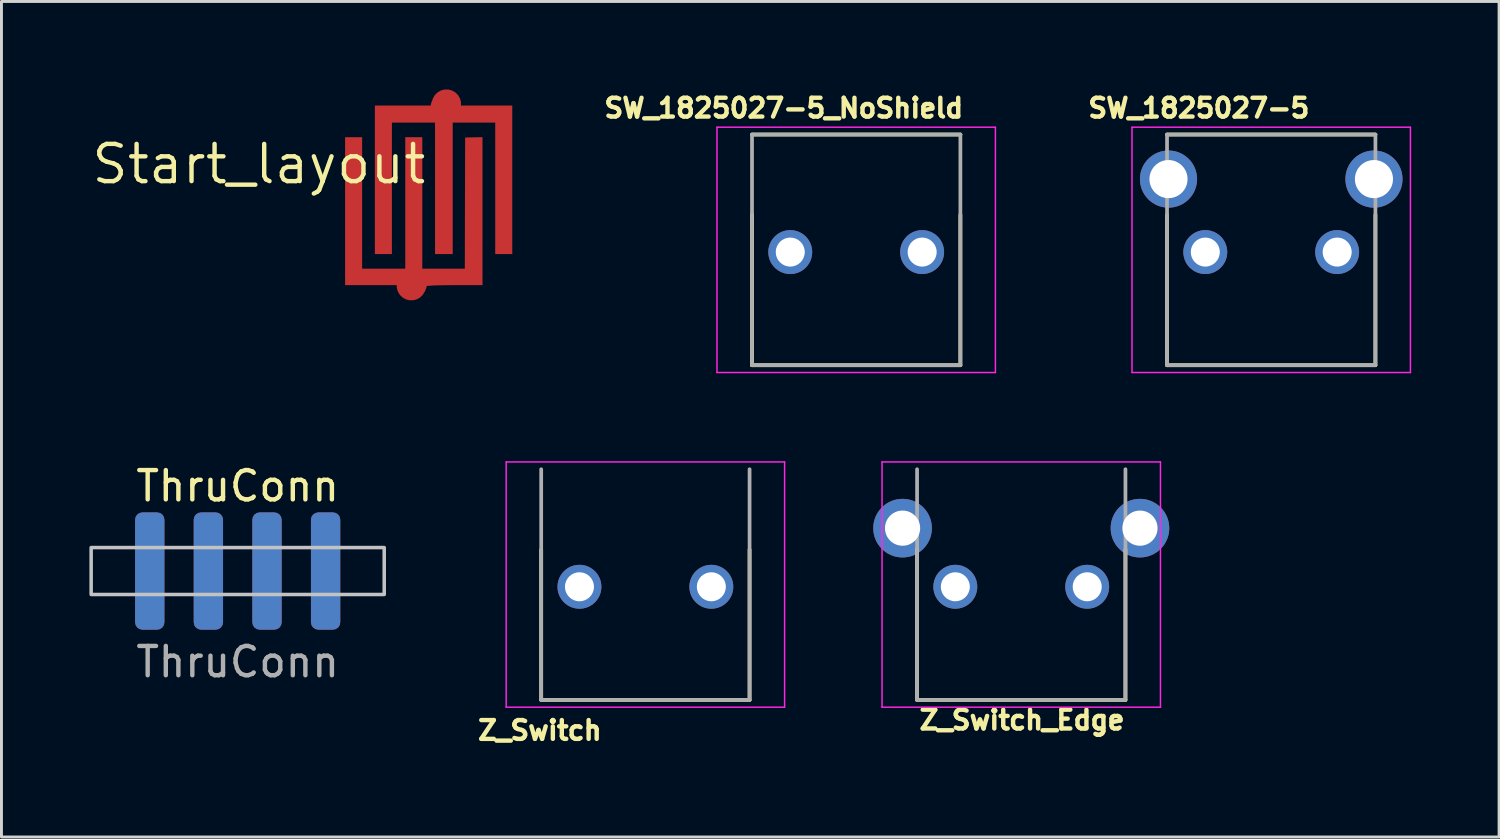
<source format=kicad_pcb>
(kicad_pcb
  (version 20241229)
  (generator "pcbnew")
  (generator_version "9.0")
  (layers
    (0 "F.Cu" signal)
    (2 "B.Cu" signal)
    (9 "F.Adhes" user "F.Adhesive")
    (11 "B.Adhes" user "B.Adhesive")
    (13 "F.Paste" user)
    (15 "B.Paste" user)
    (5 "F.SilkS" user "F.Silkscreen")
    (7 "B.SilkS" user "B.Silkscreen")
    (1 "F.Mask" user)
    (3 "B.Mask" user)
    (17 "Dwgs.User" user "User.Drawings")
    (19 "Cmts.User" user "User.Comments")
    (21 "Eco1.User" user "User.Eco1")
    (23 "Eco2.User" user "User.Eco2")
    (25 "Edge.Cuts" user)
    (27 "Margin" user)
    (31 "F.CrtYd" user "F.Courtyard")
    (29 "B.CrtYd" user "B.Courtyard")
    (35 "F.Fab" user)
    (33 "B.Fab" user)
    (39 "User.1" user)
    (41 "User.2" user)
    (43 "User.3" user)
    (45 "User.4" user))
  (footprint "Z_Switch_Edge"
    (layer "F.Cu")
    (at 31.796 16.971)
    (property "Reference" "Z_Switch_Edge" (at 0.026 4.546 0) (layer "F.SilkS") (effects (font (size 0.641 0.641) (thickness 0.15))))
    (attr through_hole)
    (fp_line (start -3.555 -1.27) (end -3.555 3.86) (stroke (width 0.127) (type solid)) (layer "F.SilkS"))
    (fp_line (start -3.555 3.86) (end 3.555 3.86) (stroke (width 0.127) (type solid)) (layer "F.SilkS"))
    (fp_line (start 3.555 3.86) (end 3.555 -1.27) (stroke (width 0.127) (type solid)) (layer "F.SilkS"))
    (fp_line (start -4.75 -4.26) (end -4.75 4.11) (stroke (width 0.05) (type solid)) (layer "F.CrtYd"))
    (fp_line (start -4.75 4.11) (end 4.75 4.11) (stroke (width 0.05) (type solid)) (layer "F.CrtYd"))
    (fp_line (start 4.75 -4.26) (end -4.75 -4.26) (stroke (width 0.05) (type solid)) (layer "F.CrtYd"))
    (fp_line (start 4.75 4.11) (end 4.75 -4.26) (stroke (width 0.05) (type solid)) (layer "F.CrtYd"))
    (fp_line (start -3.555 -4.01) (end -3.555 3.86) (stroke (width 0.127) (type solid)) (layer "F.Fab"))
    (fp_line (start -3.555 3.86) (end 3.555 3.86) (stroke (width 0.127) (type solid)) (layer "F.Fab"))
    (fp_line (start 3.555 3.86) (end 3.555 -4.01) (stroke (width 0.127) (type solid)) (layer "F.Fab"))
    (pad "1" thru_hole circle (at -2.25 0) (size 1.498 1.498) (drill 0.99) (layers "*.Cu" "*.Mask"))
    (pad "2" thru_hole circle (at 2.25 0) (size 1.498 1.498) (drill 0.99) (layers "*.Cu" "*.Mask"))
    (pad "3" thru_hole circle (at -4.05 -2) (size 2 2) (drill 1.2) (layers "*.Cu" "*.Mask"))
    (pad "4" thru_hole circle (at 4.05 -2) (size 2 2) (drill 1.2) (layers "*.Cu" "*.Mask")))
  (footprint "Start_layout"
    (layer "F.Cu")
    (at 11.583 3.6)
    (property "Reference" "Start_layout" (at -5.8 -1.05 0) (layer "F.SilkS") (effects (font (size 1.27 1.27) (thickness 0.15))))
    (attr through_hole)
    (fp_poly (pts (xy 2.756 3.031) (xy 0.008 3.031) (xy -0.33 3.031) (xy -0.656 3.031) (xy -0.968 3.03) (xy -1.263 3.03) (xy -1.538 3.029) (xy -1.793 3.028) (xy -2.022 3.027) (xy -2.226 3.025) (xy -2.4 3.024) (xy -2.542 3.022) (xy -2.65 3.021) (xy -2.721 3.019) (xy -2.753 3.017) (xy -2.754 3.017) (xy -2.756 2.995) (xy -2.758 2.932) (xy -2.759 2.832) (xy -2.761 2.697) (xy -2.762 2.529) (xy -2.763 2.331) (xy -2.764 2.105) (xy -2.765 1.854) (xy -2.766 1.579) (xy -2.767 1.283) (xy -2.768 0.969) (xy -2.768 0.64) (xy -2.768 0.296) (xy -2.768 0.011) (xy -2.768 -2.98) (xy 2.756 -2.98) (xy 2.756 3.031)) (stroke (width 0.01) (type solid)) (fill yes) (layer "F.Mask"))
    (pad "1" smd custom (at 0.6 -3.1) (size 1 1) (layers "F.Cu" "F.Mask" "F.Paste") (options (anchor circle)) (primitives (gr_poly (pts (xy 0.1 -0.387) (xy 0.219 -0.337) (xy 0.31 -0.262) (xy 0.384 -0.16) (xy 0.429 -0.047) (xy 0.435 -0.019) (xy 0.447 0.056) (xy 2.241 0.056) (xy 2.241 5.115) (xy 1.669 5.115) (xy 1.669 0.628) (xy 0.209 0.628) (xy 0.209 5.115) (xy -0.384 5.115) (xy -0.384 0.628) (xy -1.866 0.628) (xy -1.866 5.115) (xy -2.437 5.115) (xy -2.437 0.056) (xy -0.536 0.056) (xy -0.511 -0.048) (xy -0.462 -0.17) (xy -0.382 -0.269) (xy -0.279 -0.343) (xy -0.16 -0.39) (xy -0.031 -0.405) (xy 0.1 -0.387)) (width 0.01) (fill yes))))
    (pad "2" smd custom (at -0.6 3.1) (size 1 1) (layers "F.Cu" "F.Mask" "F.Paste") (options (anchor circle)) (primitives (gr_poly (pts (xy 2.425 -0.026) (xy 1.698 -0.026) (xy 1.515 -0.026) (xy 1.335 -0.025) (xy 1.165 -0.023) (xy 1.013 -0.021) (xy 0.884 -0.018) (xy 0.788 -0.015) (xy 0.749 -0.013) (xy 0.527 0.001) (xy 0.504 0.088) (xy 0.454 0.204) (xy 0.377 0.307) (xy 0.281 0.383) (xy 0.258 0.395) (xy 0.153 0.432) (xy 0.038 0.45) (xy -0.07 0.448) (xy -0.134 0.433) (xy -0.235 0.377) (xy -0.326 0.298) (xy -0.397 0.203) (xy -0.442 0.103) (xy -0.454 0.032) (xy -0.454 -0.026) (xy -2.253 -0.026) (xy -2.253 -5.064) (xy -1.682 -5.064) (xy -1.682 -0.577) (xy -0.2 -0.577) (xy -0.2 -5.064) (xy 0.371 -5.064) (xy 0.371 -0.577) (xy 1.832 -0.577) (xy 1.837 -2.815) (xy 1.843 -5.054) (xy 2.134 -5.059) (xy 2.425 -5.065) (xy 2.425 -0.026)) (width 0.01) (fill yes)))))
  (footprint "SW_1825027-5_NoShield"
    (layer "F.Cu")
    (at 26.164 5.551)
    (property "Reference" "SW_1825027-5_NoShield" (at -2.471 -4.913 0) (layer "F.SilkS") (effects (font (size 0.641 0.641) (thickness 0.15))))
    (attr through_hole)
    (fp_line (start -3.555 -4.01) (end 3.555 -4.01) (stroke (width 0.127) (type solid)) (layer "F.SilkS"))
    (fp_line (start -3.555 -1.27) (end -3.555 3.86) (stroke (width 0.127) (type solid)) (layer "F.SilkS"))
    (fp_line (start -3.555 3.86) (end 3.555 3.86) (stroke (width 0.127) (type solid)) (layer "F.SilkS"))
    (fp_line (start 3.555 3.86) (end 3.555 -1.27) (stroke (width 0.127) (type solid)) (layer "F.SilkS"))
    (fp_line (start -4.75 -4.26) (end -4.75 4.11) (stroke (width 0.05) (type solid)) (layer "F.CrtYd"))
    (fp_line (start -4.75 4.11) (end 4.75 4.11) (stroke (width 0.05) (type solid)) (layer "F.CrtYd"))
    (fp_line (start 4.75 -4.26) (end -4.75 -4.26) (stroke (width 0.05) (type solid)) (layer "F.CrtYd"))
    (fp_line (start 4.75 4.11) (end 4.75 -4.26) (stroke (width 0.05) (type solid)) (layer "F.CrtYd"))
    (fp_line (start -3.555 -4.01) (end -3.555 3.86) (stroke (width 0.127) (type solid)) (layer "F.Fab"))
    (fp_line (start -3.555 3.86) (end 3.555 3.86) (stroke (width 0.127) (type solid)) (layer "F.Fab"))
    (fp_line (start 3.555 -4.01) (end -3.555 -4.01) (stroke (width 0.127) (type solid)) (layer "F.Fab"))
    (fp_line (start 3.555 3.86) (end 3.555 -4.01) (stroke (width 0.127) (type solid)) (layer "F.Fab"))
    (pad "1" thru_hole circle (at -2.25 0) (size 1.498 1.498) (drill 0.99) (layers "*.Cu" "*.Mask"))
    (pad "2" thru_hole circle (at 2.25 0) (size 1.498 1.498) (drill 0.99) (layers "*.Cu" "*.Mask")))
  (footprint "ThruConn"
    (layer "F.Cu")
    (at 5.06 16.434)
    (property "Reference" "ThruConn" (at 0 -2.9 0) (unlocked yes) (layer "F.SilkS") (effects (font (size 1 1) (thickness 0.15))))
    (attr smd)
    (fp_rect (start -5 -0.8) (end 5 0.8) (stroke (width 0.12) (type solid)) (fill no) (layer "Dwgs.User"))
    (fp_text user "${REFERENCE}" (at 0 3.1 0) (unlocked yes) (layer "F.Fab") (effects (font (size 1 1) (thickness 0.15))))
    (pad "1" smd roundrect (at -3 0) (size 1 4) (layers "F.Cu" "F.Mask" "F.Paste") (roundrect_rratio 0.25))
    (pad "2" smd roundrect (at -1 0) (size 1 4) (layers "F.Cu" "F.Mask" "F.Paste") (roundrect_rratio 0.25))
    (pad "3" smd roundrect (at 1 0) (size 1 4) (layers "F.Cu" "F.Mask" "F.Paste") (roundrect_rratio 0.25))
    (pad "4" smd roundrect (at 3 0) (size 1 4) (layers "F.Cu" "F.Mask" "F.Paste") (roundrect_rratio 0.25))
    (pad "5" smd roundrect (at -3 0) (size 1 4) (layers "F.Mask" "B.Cu" "F.Paste") (roundrect_rratio 0.25))
    (pad "6" smd roundrect (at -1 0) (size 1 4) (layers "F.Mask" "B.Cu" "F.Paste") (roundrect_rratio 0.25))
    (pad "7" smd roundrect (at 1 0) (size 1 4) (layers "F.Mask" "B.Cu" "F.Paste") (roundrect_rratio 0.25))
    (pad "8" smd roundrect (at 3 0) (size 1 4) (layers "F.Mask" "B.Cu" "F.Paste") (roundrect_rratio 0.25)))
  (footprint "SW_1825027-5"
    (layer "F.Cu")
    (at 40.325 5.551)
    (property "Reference" "SW_1825027-5" (at -2.471 -4.913 0) (layer "F.SilkS") (effects (font (size 0.641 0.641) (thickness 0.15))))
    (attr through_hole)
    (fp_line (start -3.555 -4.01) (end 3.555 -4.01) (stroke (width 0.127) (type solid)) (layer "F.SilkS"))
    (fp_line (start -3.555 -1.27) (end -3.555 3.86) (stroke (width 0.127) (type solid)) (layer "F.SilkS"))
    (fp_line (start -3.555 3.86) (end 3.555 3.86) (stroke (width 0.127) (type solid)) (layer "F.SilkS"))
    (fp_line (start 3.555 3.86) (end 3.555 -1.27) (stroke (width 0.127) (type solid)) (layer "F.SilkS"))
    (fp_line (start -4.75 -4.26) (end -4.75 4.11) (stroke (width 0.05) (type solid)) (layer "F.CrtYd"))
    (fp_line (start -4.75 4.11) (end 4.75 4.11) (stroke (width 0.05) (type solid)) (layer "F.CrtYd"))
    (fp_line (start 4.75 -4.26) (end -4.75 -4.26) (stroke (width 0.05) (type solid)) (layer "F.CrtYd"))
    (fp_line (start 4.75 4.11) (end 4.75 -4.26) (stroke (width 0.05) (type solid)) (layer "F.CrtYd"))
    (fp_line (start -3.555 -4.01) (end -3.555 3.86) (stroke (width 0.127) (type solid)) (layer "F.Fab"))
    (fp_line (start -3.555 3.86) (end 3.555 3.86) (stroke (width 0.127) (type solid)) (layer "F.Fab"))
    (fp_line (start 3.555 -4.01) (end -3.555 -4.01) (stroke (width 0.127) (type solid)) (layer "F.Fab"))
    (fp_line (start 3.555 3.86) (end 3.555 -4.01) (stroke (width 0.127) (type solid)) (layer "F.Fab"))
    (pad "1" thru_hole circle (at -2.25 0) (size 1.498 1.498) (drill 0.99) (layers "*.Cu" "*.Mask"))
    (pad "2" thru_hole circle (at 2.25 0) (size 1.498 1.498) (drill 0.99) (layers "*.Cu" "*.Mask"))
    (pad "S1" thru_hole circle (at -3.505 -2.49) (size 1.95 1.95) (drill 1.3) (layers "*.Cu" "*.Mask"))
    (pad "S2" thru_hole circle (at 3.505 -2.49) (size 1.95 1.95) (drill 1.3) (layers "*.Cu" "*.Mask")))
  (footprint "Z_Switch"
    (layer "F.Cu")
    (at 18.971 16.971)
    (property "Reference" "Z_Switch" (at -3.6 4.9 180) (layer "F.SilkS") (effects (font (size 0.641 0.641) (thickness 0.15))))
    (attr through_hole)
    (fp_line (start -3.555 -1.27) (end -3.555 3.86) (stroke (width 0.127) (type solid)) (layer "F.SilkS"))
    (fp_line (start -3.555 3.86) (end 3.555 3.86) (stroke (width 0.127) (type solid)) (layer "F.SilkS"))
    (fp_line (start 3.555 3.86) (end 3.555 -1.27) (stroke (width 0.127) (type solid)) (layer "F.SilkS"))
    (fp_line (start -4.75 -4.26) (end -4.75 4.11) (stroke (width 0.05) (type solid)) (layer "F.CrtYd"))
    (fp_line (start -4.75 4.11) (end 4.75 4.11) (stroke (width 0.05) (type solid)) (layer "F.CrtYd"))
    (fp_line (start 4.75 -4.26) (end -4.75 -4.26) (stroke (width 0.05) (type solid)) (layer "F.CrtYd"))
    (fp_line (start 4.75 4.11) (end 4.75 -4.26) (stroke (width 0.05) (type solid)) (layer "F.CrtYd"))
    (fp_line (start -3.555 -4.01) (end -3.555 3.86) (stroke (width 0.127) (type solid)) (layer "F.Fab"))
    (fp_line (start -3.555 3.86) (end 3.555 3.86) (stroke (width 0.127) (type solid)) (layer "F.Fab"))
    (fp_line (start 3.555 3.86) (end 3.555 -4.01) (stroke (width 0.127) (type solid)) (layer "F.Fab"))
    (pad "1" thru_hole circle (at -2.25 0) (size 1.498 1.498) (drill 0.99) (layers "*.Cu" "*.Mask"))
    (pad "2" thru_hole circle (at 2.25 0) (size 1.498 1.498) (drill 0.99) (layers "*.Cu" "*.Mask")))
  (gr_rect
    (start -3 -3)
    (end 48.1 25.509)
    (stroke (width 0.1) (type default))
    (fill no)
    (layer "Edge.Cuts")))
</source>
